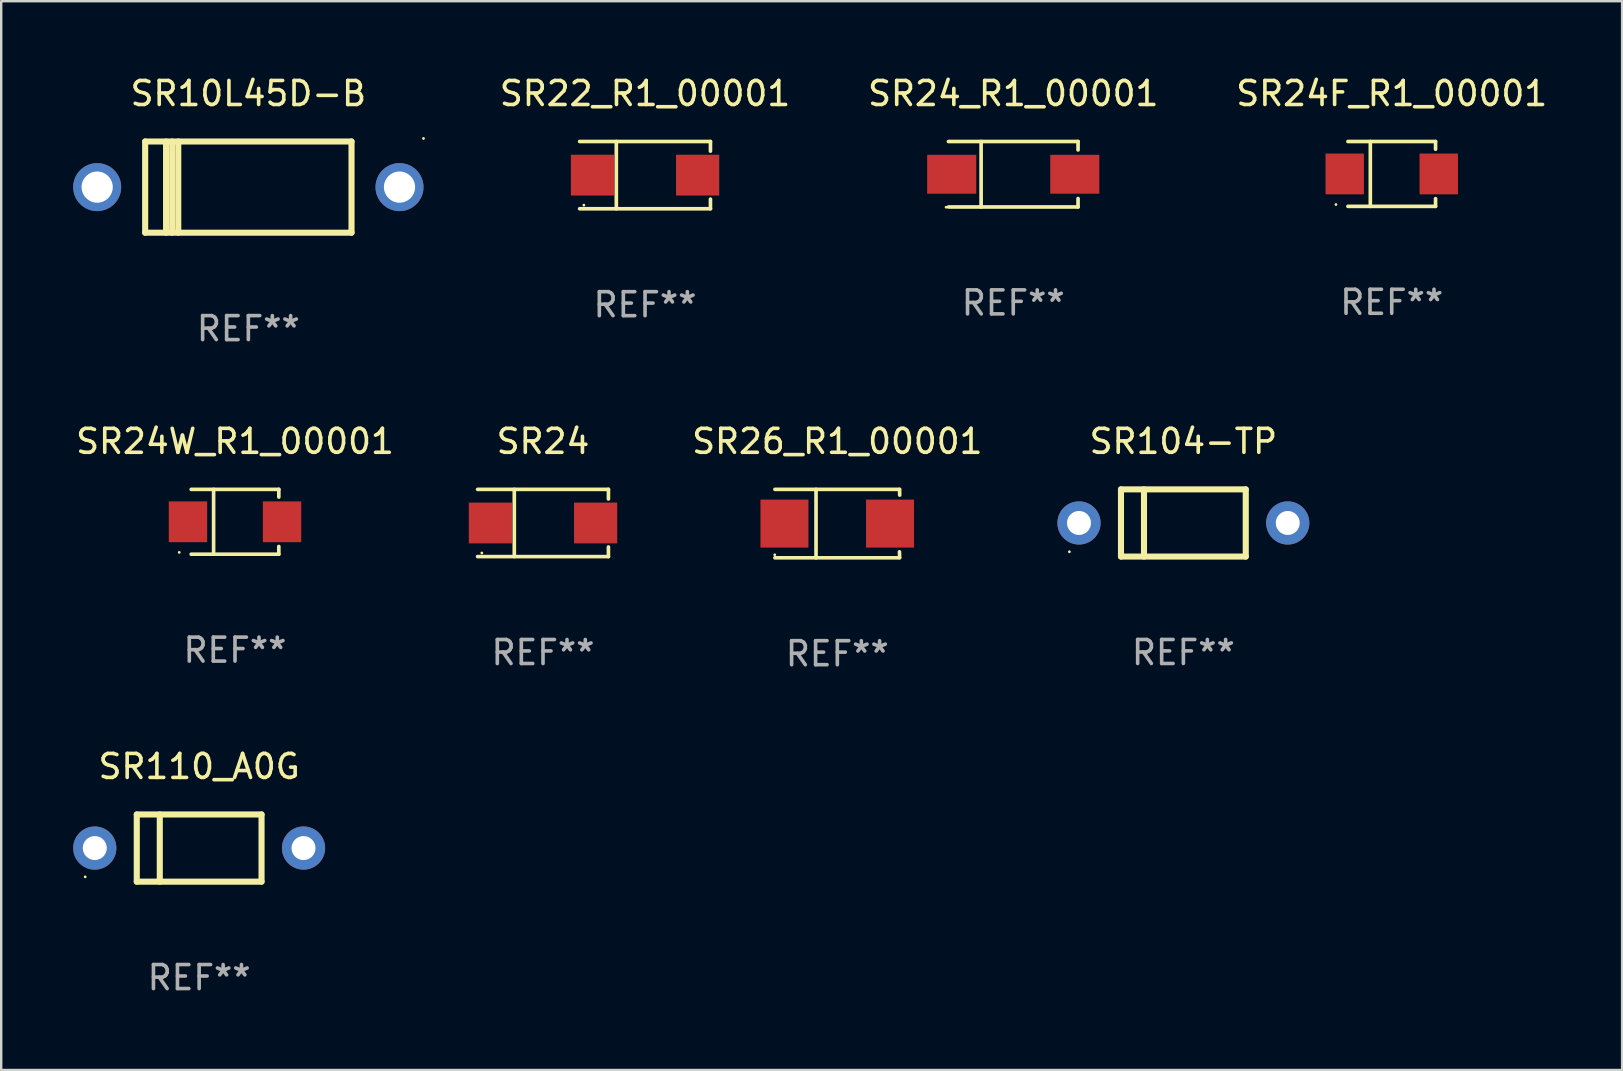
<source format=kicad_pcb>
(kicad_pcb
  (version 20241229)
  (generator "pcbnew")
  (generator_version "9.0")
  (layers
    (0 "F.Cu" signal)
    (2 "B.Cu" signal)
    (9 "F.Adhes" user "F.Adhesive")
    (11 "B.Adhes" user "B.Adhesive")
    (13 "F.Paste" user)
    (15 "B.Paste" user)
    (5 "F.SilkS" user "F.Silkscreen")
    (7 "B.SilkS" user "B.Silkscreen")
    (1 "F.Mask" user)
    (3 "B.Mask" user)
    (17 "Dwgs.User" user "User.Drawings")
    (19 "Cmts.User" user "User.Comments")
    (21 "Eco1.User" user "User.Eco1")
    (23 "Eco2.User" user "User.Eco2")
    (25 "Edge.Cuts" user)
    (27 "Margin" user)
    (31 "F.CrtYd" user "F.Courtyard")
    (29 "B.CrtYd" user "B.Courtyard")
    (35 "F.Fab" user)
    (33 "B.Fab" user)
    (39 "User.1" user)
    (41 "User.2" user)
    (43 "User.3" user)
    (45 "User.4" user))
  (footprint "SR24F_R1_00001"
    (layer "F.Cu")
    (at 54.952 4.199)
    (property "Reference" "SR24F_R1_00001" (at 0 -3.351 0) (layer "F.SilkS") (effects (font (size 1 1) (thickness 0.15))))
    (attr through_hole)
    (fp_line (start -1.826 -1.351) (end 1.826 -1.351) (stroke (width 0.152) (type solid)) (layer "F.SilkS"))
    (fp_line (start -1.826 1.351) (end 1.826 1.351) (stroke (width 0.152) (type solid)) (layer "F.SilkS"))
    (fp_line (start -0.892 -1.351) (end -0.892 1.351) (stroke (width 0.152) (type solid)) (layer "F.SilkS"))
    (fp_line (start 1.826 -1.351) (end 1.826 -1.03) (stroke (width 0.152) (type solid)) (layer "F.SilkS"))
    (fp_line (start 1.826 1.03) (end 1.826 1.351) (stroke (width 0.152) (type solid)) (layer "F.SilkS"))
    (fp_circle (center -2.325 1.275) (end -2.295 1.275) (stroke (width 0.06) (type solid)) (fill no) (layer "F.SilkS"))
    (fp_text user "REF**" (at 0 5.351 0) (layer "F.Fab") (effects (font (size 1 1) (thickness 0.15))))
    (pad "1" smd rect (at -1.96 0 180) (size 1.6 1.7) (layers "F.Cu" "F.Mask" "F.Paste"))
    (pad "2" smd rect (at 1.96 0 180) (size 1.6 1.7) (layers "F.Cu" "F.Mask" "F.Paste")))
  (footprint "SR104-TP"
    (layer "F.Cu")
    (at 46.268 18.745)
    (property "Reference" "SR104-TP" (at 0 -3.4 0) (layer "F.SilkS") (effects (font (size 1 1) (thickness 0.15))))
    (attr through_hole)
    (fp_line (start -2.6 -1.4) (end -2.6 1.4) (stroke (width 0.254) (type solid)) (layer "F.SilkS"))
    (fp_line (start -2.6 -1.4) (end 2.6 -1.4) (stroke (width 0.254) (type solid)) (layer "F.SilkS"))
    (fp_line (start -2.6 1.4) (end 2.6 1.4) (stroke (width 0.254) (type solid)) (layer "F.SilkS"))
    (fp_line (start -1.641 -1.4) (end -1.641 1.4) (stroke (width 0.254) (type solid)) (layer "F.SilkS"))
    (fp_line (start 2.6 -1.4) (end 2.6 1.4) (stroke (width 0.254) (type solid)) (layer "F.SilkS"))
    (fp_circle (center -4.75 1.2) (end -4.72 1.2) (stroke (width 0.06) (type solid)) (fill no) (layer "F.SilkS"))
    (fp_text user "REF**" (at 0 5.4 0) (layer "F.Fab") (effects (font (size 1 1) (thickness 0.15))))
    (pad "1" thru_hole circle (at -4.35 0) (size 1.8 1.8) (drill 1) (layers "*.Cu" "*.Mask"))
    (pad "2" thru_hole circle (at 4.35 0) (size 1.8 1.8) (drill 1) (layers "*.Cu" "*.Mask")))
  (footprint "SR110_A0G"
    (layer "F.Cu")
    (at 5.25 32.294)
    (property "Reference" "SR110_A0G" (at 0 -3.4 0) (layer "F.SilkS") (effects (font (size 1 1) (thickness 0.15))))
    (attr through_hole)
    (fp_line (start -2.6 -1.4) (end -2.6 1.4) (stroke (width 0.254) (type solid)) (layer "F.SilkS"))
    (fp_line (start -2.6 -1.4) (end 2.6 -1.4) (stroke (width 0.254) (type solid)) (layer "F.SilkS"))
    (fp_line (start -2.6 1.4) (end 2.6 1.4) (stroke (width 0.254) (type solid)) (layer "F.SilkS"))
    (fp_line (start -1.641 -1.4) (end -1.641 1.4) (stroke (width 0.254) (type solid)) (layer "F.SilkS"))
    (fp_line (start 2.6 -1.4) (end 2.6 1.4) (stroke (width 0.254) (type solid)) (layer "F.SilkS"))
    (fp_circle (center -4.75 1.2) (end -4.72 1.2) (stroke (width 0.06) (type solid)) (fill no) (layer "F.SilkS"))
    (fp_text user "REF**" (at 0 5.4 0) (layer "F.Fab") (effects (font (size 1 1) (thickness 0.15))))
    (pad "1" thru_hole circle (at -4.35 0) (size 1.8 1.8) (drill 1) (layers "*.Cu" "*.Mask"))
    (pad "2" thru_hole circle (at 4.35 0) (size 1.8 1.8) (drill 1) (layers "*.Cu" "*.Mask")))
  (footprint "SR24W_R1_00001"
    (layer "F.Cu")
    (at 6.744 18.696)
    (property "Reference" "SR24W_R1_00001" (at 0 -3.351 0) (layer "F.SilkS") (effects (font (size 1 1) (thickness 0.15))))
    (attr through_hole)
    (fp_line (start -1.826 -1.351) (end 1.826 -1.351) (stroke (width 0.152) (type solid)) (layer "F.SilkS"))
    (fp_line (start -1.826 1.351) (end 1.826 1.351) (stroke (width 0.152) (type solid)) (layer "F.SilkS"))
    (fp_line (start -0.892 -1.351) (end -0.892 1.351) (stroke (width 0.152) (type solid)) (layer "F.SilkS"))
    (fp_line (start 1.826 -1.351) (end 1.826 -1.03) (stroke (width 0.152) (type solid)) (layer "F.SilkS"))
    (fp_line (start 1.826 1.03) (end 1.826 1.351) (stroke (width 0.152) (type solid)) (layer "F.SilkS"))
    (fp_circle (center -2.325 1.275) (end -2.295 1.275) (stroke (width 0.06) (type solid)) (fill no) (layer "F.SilkS"))
    (fp_text user "REF**" (at 0 5.351 0) (layer "F.Fab") (effects (font (size 1 1) (thickness 0.15))))
    (pad "1" smd rect (at -1.96 0 180) (size 1.6 1.7) (layers "F.Cu" "F.Mask" "F.Paste"))
    (pad "2" smd rect (at 1.96 0 180) (size 1.6 1.7) (layers "F.Cu" "F.Mask" "F.Paste")))
  (footprint "SR26_R1_00001"
    (layer "F.Cu")
    (at 31.846 18.771)
    (property "Reference" "SR26_R1_00001" (at 0 -3.426 0) (layer "F.SilkS") (effects (font (size 1 1) (thickness 0.15))))
    (attr through_hole)
    (fp_line (start -2.6 -1.426) (end 2.593 -1.426) (stroke (width 0.152) (type solid)) (layer "F.SilkS"))
    (fp_line (start -2.6 1.426) (end 2.593 1.426) (stroke (width 0.152) (type solid)) (layer "F.SilkS"))
    (fp_line (start -0.887 -1.426) (end -0.887 1.426) (stroke (width 0.152) (type solid)) (layer "F.SilkS"))
    (fp_line (start 2.59 1.176) (end 2.597 1.415) (stroke (width 0.152) (type solid)) (layer "F.SilkS"))
    (fp_line (start 2.593 -1.426) (end 2.6 -1.187) (stroke (width 0.152) (type solid)) (layer "F.SilkS"))
    (fp_circle (center -2.608 1.3) (end -2.578 1.3) (stroke (width 0.06) (type solid)) (fill no) (layer "F.SilkS"))
    (fp_text user "REF**" (at 0 5.426 0) (layer "F.Fab") (effects (font (size 1 1) (thickness 0.15))))
    (pad "1" smd rect (at -2.203 0 180) (size 2 2) (layers "F.Cu" "F.Mask" "F.Paste"))
    (pad "2" smd rect (at 2.197 0 180) (size 2 2) (layers "F.Cu" "F.Mask" "F.Paste")))
  (footprint "SR10L45D-B"
    (layer "F.Cu")
    (at 7.3 4.748)
    (property "Reference" "SR10L45D-B" (at 0 -3.9 0) (layer "F.SilkS") (effects (font (size 1 1) (thickness 0.15))))
    (attr through_hole)
    (fp_line (start -4.3 -1.9) (end 4.3 -1.9) (stroke (width 0.254) (type solid)) (layer "F.SilkS"))
    (fp_line (start -4.3 1.9) (end -4.3 -1.9) (stroke (width 0.254) (type solid)) (layer "F.SilkS"))
    (fp_line (start -3.429 1.9) (end -3.429 -1.9) (stroke (width 0.254) (type solid)) (layer "F.SilkS"))
    (fp_line (start -3.175 1.9) (end -3.175 -1.9) (stroke (width 0.254) (type solid)) (layer "F.SilkS"))
    (fp_line (start -2.921 1.9) (end -2.921 -1.9) (stroke (width 0.254) (type solid)) (layer "F.SilkS"))
    (fp_line (start 4.3 -1.9) (end 4.3 1.9) (stroke (width 0.254) (type solid)) (layer "F.SilkS"))
    (fp_line (start 4.3 1.9) (end -4.3 1.9) (stroke (width 0.254) (type solid)) (layer "F.SilkS"))
    (fp_circle (center 7.3 -2.027) (end 7.33 -2.027) (stroke (width 0.06) (type solid)) (fill no) (layer "F.SilkS"))
    (fp_text user "REF**" (at 0 5.9 0) (layer "F.Fab") (effects (font (size 1 1) (thickness 0.15))))
    (pad "1" thru_hole circle (at 6.3 0) (size 2 2) (drill 1.3) (layers "*.Cu" "*.Mask"))
    (pad "2" thru_hole circle (at -6.3 0) (size 2 2) (drill 1.3) (layers "*.Cu" "*.Mask")))
  (footprint "SR24"
    (layer "F.Cu")
    (at 19.581 18.746)
    (property "Reference" "SR24" (at 0 -3.401 0) (layer "F.SilkS") (effects (font (size 1 1) (thickness 0.15))))
    (attr through_hole)
    (fp_line (start -2.726 -1.401) (end 2.726 -1.401) (stroke (width 0.152) (type solid)) (layer "F.SilkS"))
    (fp_line (start -2.726 1.401) (end 2.726 1.401) (stroke (width 0.152) (type solid)) (layer "F.SilkS"))
    (fp_line (start -1.197 -1.401) (end -1.197 1.401) (stroke (width 0.152) (type solid)) (layer "F.SilkS"))
    (fp_line (start 2.726 -1.401) (end 2.726 -1) (stroke (width 0.152) (type solid)) (layer "F.SilkS"))
    (fp_line (start 2.726 1.401) (end 2.726 1) (stroke (width 0.152) (type solid)) (layer "F.SilkS"))
    (fp_circle (center -2.55 1.25) (end -2.52 1.25) (stroke (width 0.06) (type solid)) (fill no) (layer "F.SilkS"))
    (fp_text user "REF**" (at 0 5.401 0) (layer "F.Fab") (effects (font (size 1 1) (thickness 0.15))))
    (pad "1" smd rect (at -2.192 0) (size 1.8 1.7) (layers "F.Cu" "F.Mask" "F.Paste"))
    (pad "2" smd rect (at 2.192 0) (size 1.8 1.7) (layers "F.Cu" "F.Mask" "F.Paste")))
  (footprint "SR24_R1_00001"
    (layer "F.Cu")
    (at 39.178 4.212)
    (property "Reference" "SR24_R1_00001" (at 0 -3.364 0) (layer "F.SilkS") (effects (font (size 1 1) (thickness 0.15))))
    (attr through_hole)
    (fp_line (start -2.701 -1.364) (end 2.701 -1.364) (stroke (width 0.152) (type solid)) (layer "F.SilkS"))
    (fp_line (start -2.701 1.364) (end 2.701 1.364) (stroke (width 0.152) (type solid)) (layer "F.SilkS"))
    (fp_line (start -1.339 -1.364) (end -1.339 1.364) (stroke (width 0.152) (type solid)) (layer "F.SilkS"))
    (fp_line (start 2.701 -1.364) (end 2.701 -1.013) (stroke (width 0.152) (type solid)) (layer "F.SilkS"))
    (fp_line (start 2.701 1.364) (end 2.701 1.013) (stroke (width 0.152) (type solid)) (layer "F.SilkS"))
    (fp_circle (center -2.8 1.375) (end -2.77 1.375) (stroke (width 0.06) (type solid)) (fill no) (layer "F.SilkS"))
    (fp_text user "REF**" (at 0 5.364 0) (layer "F.Fab") (effects (font (size 1 1) (thickness 0.15))))
    (pad "1" smd rect (at -2.565 -0.000025) (size 2.046 1.62) (layers "F.Cu" "F.Mask" "F.Paste"))
    (pad "2" smd rect (at 2.565 -0.000025) (size 2.046 1.62) (layers "F.Cu" "F.Mask" "F.Paste")))
  (footprint "SR22_R1_00001"
    (layer "F.Cu")
    (at 23.833 4.249)
    (property "Reference" "SR22_R1_00001" (at 0 -3.401 0) (layer "F.SilkS") (effects (font (size 1 1) (thickness 0.15))))
    (attr through_hole)
    (fp_line (start -2.726 -1.401) (end 2.726 -1.401) (stroke (width 0.152) (type solid)) (layer "F.SilkS"))
    (fp_line (start -2.726 1.401) (end 2.726 1.401) (stroke (width 0.152) (type solid)) (layer "F.SilkS"))
    (fp_line (start -1.197 -1.401) (end -1.197 1.401) (stroke (width 0.152) (type solid)) (layer "F.SilkS"))
    (fp_line (start 2.726 -1.401) (end 2.726 -1) (stroke (width 0.152) (type solid)) (layer "F.SilkS"))
    (fp_line (start 2.726 1.401) (end 2.726 1) (stroke (width 0.152) (type solid)) (layer "F.SilkS"))
    (fp_circle (center -2.55 1.25) (end -2.52 1.25) (stroke (width 0.06) (type solid)) (fill no) (layer "F.SilkS"))
    (fp_text user "REF**" (at 0 5.401 0) (layer "F.Fab") (effects (font (size 1 1) (thickness 0.15))))
    (pad "1" smd rect (at -2.192 0) (size 1.8 1.7) (layers "F.Cu" "F.Mask" "F.Paste"))
    (pad "2" smd rect (at 2.192 0) (size 1.8 1.7) (layers "F.Cu" "F.Mask" "F.Paste")))
  (gr_rect
    (start -3 -3)
    (end 64.553 41.542)
    (stroke (width 0.1) (type default))
    (fill no)
    (layer "Edge.Cuts")))
</source>
